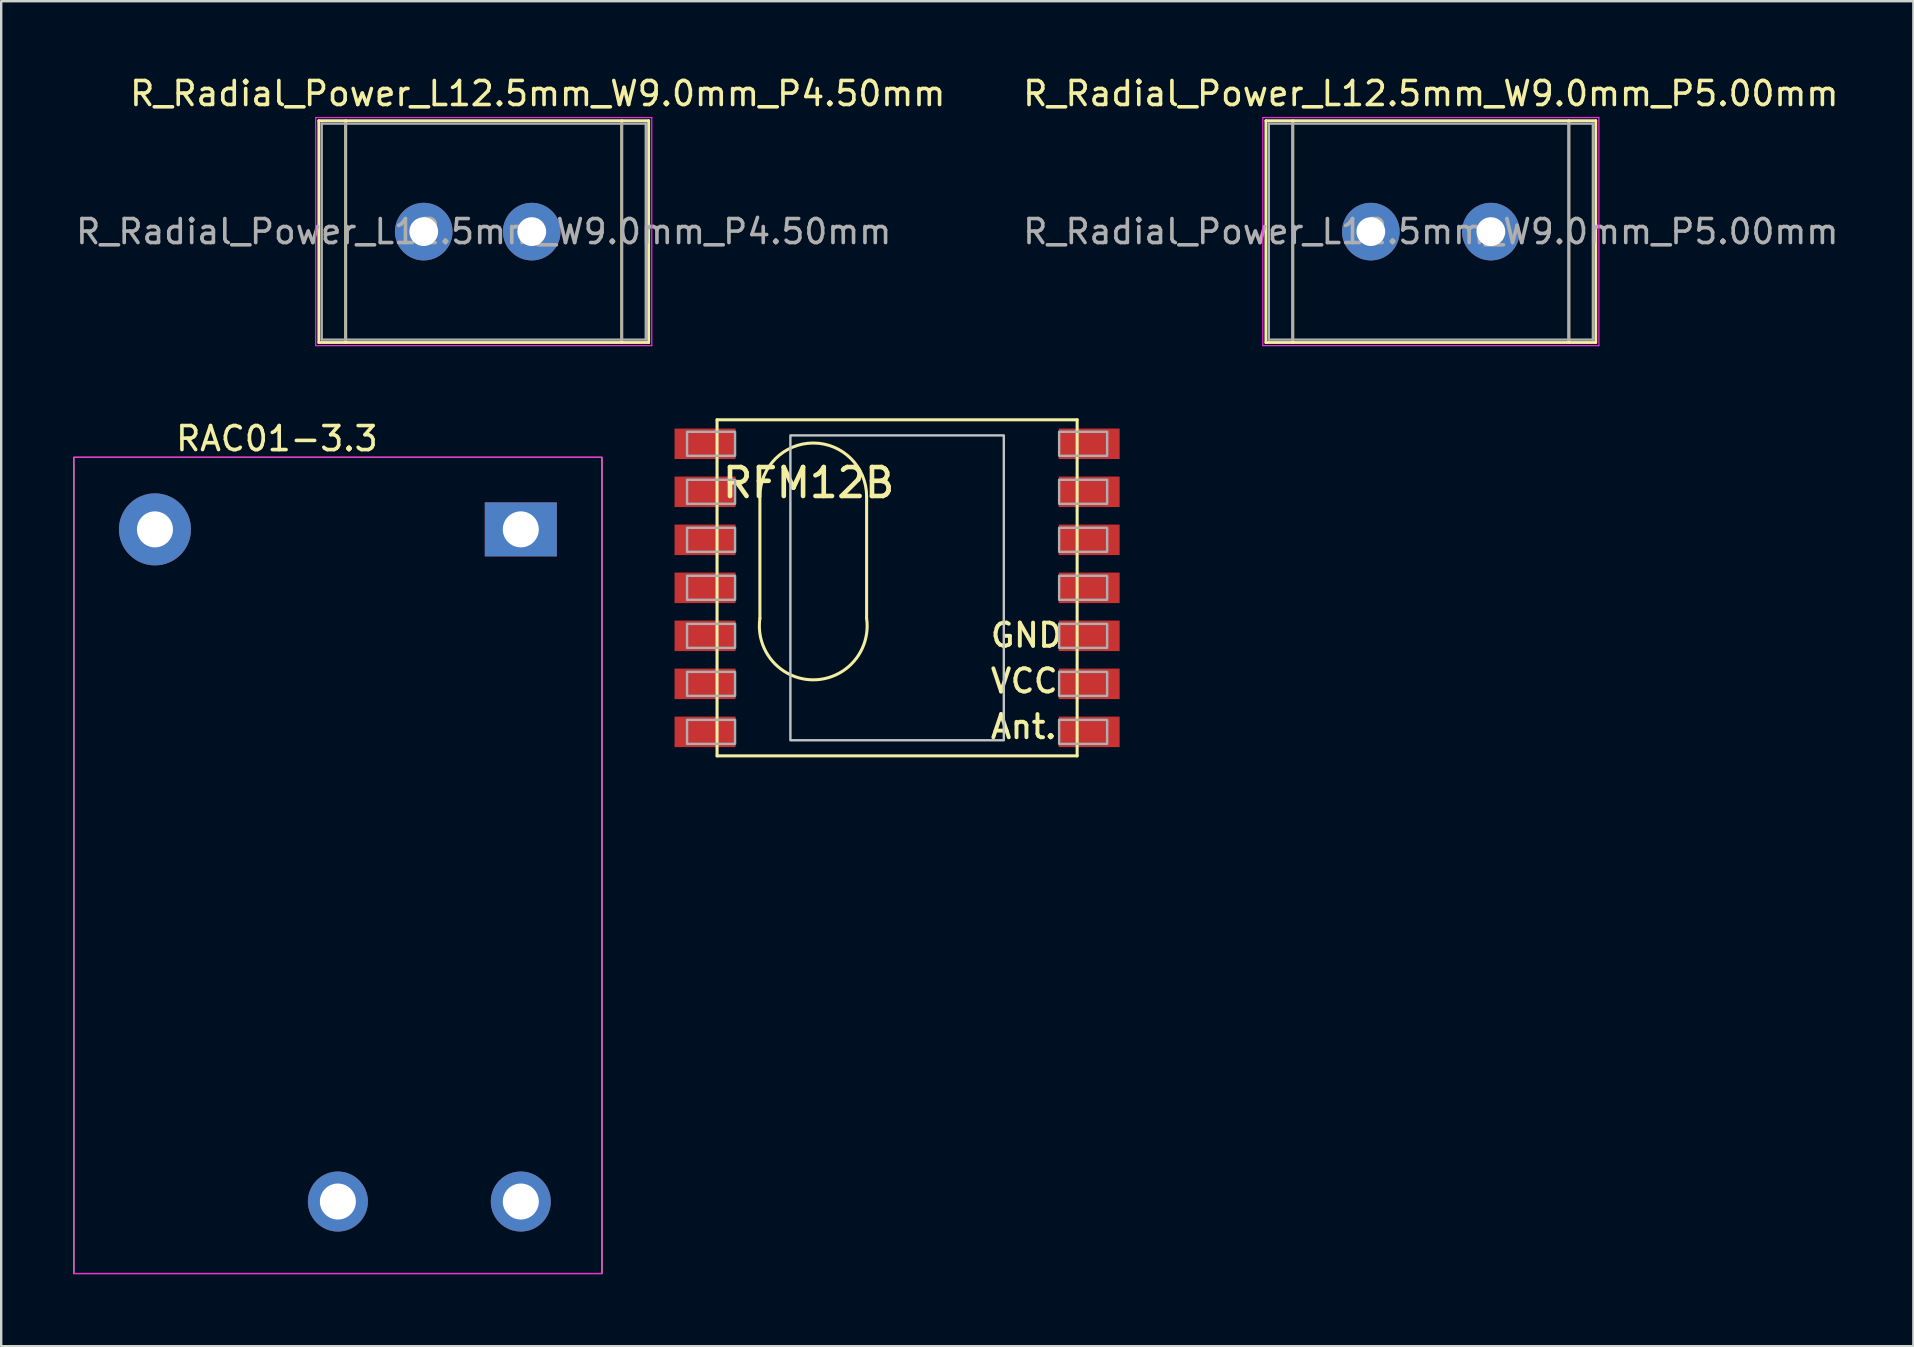
<source format=kicad_pcb>
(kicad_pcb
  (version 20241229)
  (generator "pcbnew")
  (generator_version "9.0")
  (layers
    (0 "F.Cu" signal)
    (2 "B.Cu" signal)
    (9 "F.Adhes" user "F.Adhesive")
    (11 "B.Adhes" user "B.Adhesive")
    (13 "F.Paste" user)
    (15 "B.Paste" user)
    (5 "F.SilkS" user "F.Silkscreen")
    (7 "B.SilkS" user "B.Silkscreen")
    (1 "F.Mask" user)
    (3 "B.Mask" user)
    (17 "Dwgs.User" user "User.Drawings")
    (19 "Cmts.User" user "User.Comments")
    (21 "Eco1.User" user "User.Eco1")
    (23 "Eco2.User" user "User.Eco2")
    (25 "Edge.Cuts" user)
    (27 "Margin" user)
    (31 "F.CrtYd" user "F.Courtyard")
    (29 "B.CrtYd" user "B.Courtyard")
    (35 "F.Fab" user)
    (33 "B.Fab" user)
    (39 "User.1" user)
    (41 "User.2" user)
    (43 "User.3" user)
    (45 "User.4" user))
  (footprint "R_Radial_Power_L12.5mm_W9.0mm_P5.00mm"
    (layer "F.Cu")
    (at 54.054 6.598)
    (property "Reference" "R_Radial_Power_L12.5mm_W9.0mm_P5.00mm" (at 2.5 -5.75 0) (layer "F.SilkS") (effects (font (size 1 1) (thickness 0.15))))
    (attr through_hole)
    (fp_line (start -4.37 -4.62) (end -4.37 4.62) (stroke (width 0.12) (type solid)) (layer "F.SilkS"))
    (fp_line (start -4.37 -4.62) (end 9.37 -4.62) (stroke (width 0.12) (type solid)) (layer "F.SilkS"))
    (fp_line (start -4.37 4.62) (end 9.37 4.62) (stroke (width 0.12) (type solid)) (layer "F.SilkS"))
    (fp_line (start -3.25 -4.62) (end -3.25 4.62) (stroke (width 0.12) (type solid)) (layer "F.SilkS"))
    (fp_line (start 8.25 -4.62) (end 8.25 4.62) (stroke (width 0.12) (type solid)) (layer "F.SilkS"))
    (fp_line (start 9.37 -4.62) (end 9.37 4.62) (stroke (width 0.12) (type solid)) (layer "F.SilkS"))
    (fp_line (start -4.5 -4.75) (end -4.5 4.75) (stroke (width 0.05) (type solid)) (layer "F.CrtYd"))
    (fp_line (start -4.5 4.75) (end 9.5 4.75) (stroke (width 0.05) (type solid)) (layer "F.CrtYd"))
    (fp_line (start 9.5 -4.75) (end -4.5 -4.75) (stroke (width 0.05) (type solid)) (layer "F.CrtYd"))
    (fp_line (start 9.5 4.75) (end 9.5 -4.75) (stroke (width 0.05) (type solid)) (layer "F.CrtYd"))
    (fp_line (start -4.25 -4.5) (end -4.25 4.5) (stroke (width 0.1) (type solid)) (layer "F.Fab"))
    (fp_line (start -4.25 4.5) (end 9.25 4.5) (stroke (width 0.1) (type solid)) (layer "F.Fab"))
    (fp_line (start -3.25 -4.5) (end -3.25 4.5) (stroke (width 0.1) (type solid)) (layer "F.Fab"))
    (fp_line (start 8.25 -4.5) (end 8.25 4.5) (stroke (width 0.1) (type solid)) (layer "F.Fab"))
    (fp_line (start 9.25 -4.5) (end -4.25 -4.5) (stroke (width 0.1) (type solid)) (layer "F.Fab"))
    (fp_line (start 9.25 4.5) (end 9.25 -4.5) (stroke (width 0.1) (type solid)) (layer "F.Fab"))
    (fp_text user "${REFERENCE}" (at 2.5 0 0) (layer "F.Fab") (effects (font (size 1 1) (thickness 0.15))))
    (pad "1" thru_hole circle (at 0 0) (size 2.4 2.4) (drill 1.2) (layers "*.Cu" "*.Mask"))
    (pad "2" thru_hole circle (at 5 0) (size 2.4 2.4) (drill 1.2) (layers "*.Cu" "*.Mask")))
  (footprint "RAC01-3.3"
    (layer "F.Cu")
    (at 11.025 33.002)
    (property "Reference" "RAC01-3.3" (at -2.54 -17.78 0) (layer "F.SilkS") (effects (font (size 1.001 1.001) (thickness 0.15))))
    (attr through_hole)
    (fp_rect (start -11 -17) (end 11 17) (stroke (width 0.05) (type default)) (fill no) (layer "F.SilkS"))
    (fp_rect (start -11 -17) (end 11 17) (stroke (width 0.05) (type default)) (fill no) (layer "F.CrtYd"))
    (pad "1" thru_hole rect (at 7.62 -14) (size 3 2.25) (drill 1.5) (layers "*.Cu" "*.Mask"))
    (pad "2" thru_hole circle (at -7.62 -14) (size 3 3) (drill 1.5) (layers "*.Cu" "*.Mask"))
    (pad "3" thru_hole circle (at 7.62 14) (size 2.5 2.5) (drill 1.5) (layers "*.Cu" "*.Mask"))
    (pad "4" thru_hole circle (at 0 14) (size 2.5 2.5) (drill 1.5) (layers "*.Cu" "*.Mask"))
    (zone (net_name "") (layers "F.Cu" "B.Cu") (hatch edge 0.5) (connect_pads) (min_thickness 0.25) (filled_areas_thickness no) (keepout (tracks not_allowed) (vias not_allowed) (pads not_allowed) (copperpour allowed) (footprints allowed)) (placement (enabled no)) (fill) (polygon (pts (xy 5.945 20.302) (xy 18.645 20.302) (xy 18.645 38.082) (xy 5.945 38.082)))))
  (footprint "RFM12B"
    (layer "F.Cu")
    (at 34.32 21.437)
    (property "Reference" "RFM12B" (at 0 -5.08 180) (layer "F.SilkS") (effects (font (size 1.206 1.206) (thickness 0.193)) (justify right top)))
    (attr through_hole)
    (fp_line (start -7.5 -7) (end -7.5 7) (stroke (width 0.127) (type solid)) (layer "F.SilkS"))
    (fp_line (start -7.5 7) (end 7.5 7) (stroke (width 0.127) (type solid)) (layer "F.SilkS"))
    (fp_line (start -5.715 -3.81) (end -5.715 1.27) (stroke (width 0.127) (type solid)) (layer "F.SilkS"))
    (fp_line (start -1.27 -3.81) (end -1.27 1.27) (stroke (width 0.127) (type solid)) (layer "F.SilkS"))
    (fp_line (start 7.5 -7) (end -7.5 -7) (stroke (width 0.127) (type solid)) (layer "F.SilkS"))
    (fp_line (start 7.5 -7) (end 7.5 7) (stroke (width 0.127) (type solid)) (layer "F.SilkS"))
    (fp_arc (start -5.715 -3.81) (mid -3.4925 -6.0325) (end -1.27 -3.81) (stroke (width 0.127) (type solid)) (layer "F.SilkS"))
    (fp_arc (start -1.27 1.27) (mid -3.4925 3.832564) (end -5.715 1.27) (stroke (width 0.127) (type solid)) (layer "F.SilkS"))
    (fp_poly (pts (xy -4.445 6.35) (xy 4.445 6.35) (xy 4.445 -6.35) (xy -4.445 -6.35)) (stroke (width 0.1) (type solid)) (fill no) (layer "Dwgs.User"))
    (fp_poly (pts (xy -8.75 -5.5) (xy -6.75 -5.5) (xy -6.75 -6.5) (xy -8.75 -6.5)) (stroke (width 0.1) (type solid)) (fill no) (layer "F.Fab"))
    (fp_poly (pts (xy -8.75 -3.5) (xy -6.75 -3.5) (xy -6.75 -4.5) (xy -8.75 -4.5)) (stroke (width 0.1) (type solid)) (fill no) (layer "F.Fab"))
    (fp_poly (pts (xy -8.75 -1.5) (xy -6.75 -1.5) (xy -6.75 -2.5) (xy -8.75 -2.5)) (stroke (width 0.1) (type solid)) (fill no) (layer "F.Fab"))
    (fp_poly (pts (xy -8.75 0.5) (xy -6.75 0.5) (xy -6.75 -0.5) (xy -8.75 -0.5)) (stroke (width 0.1) (type solid)) (fill no) (layer "F.Fab"))
    (fp_poly (pts (xy -8.75 2.5) (xy -6.75 2.5) (xy -6.75 1.5) (xy -8.75 1.5)) (stroke (width 0.1) (type solid)) (fill no) (layer "F.Fab"))
    (fp_poly (pts (xy -8.75 4.5) (xy -6.75 4.5) (xy -6.75 3.5) (xy -8.75 3.5)) (stroke (width 0.1) (type solid)) (fill no) (layer "F.Fab"))
    (fp_poly (pts (xy -8.75 6.5) (xy -6.75 6.5) (xy -6.75 5.5) (xy -8.75 5.5)) (stroke (width 0.1) (type solid)) (fill no) (layer "F.Fab"))
    (fp_poly (pts (xy 6.75 -5.5) (xy 8.75 -5.5) (xy 8.75 -6.5) (xy 6.75 -6.5)) (stroke (width 0.1) (type solid)) (fill no) (layer "F.Fab"))
    (fp_poly (pts (xy 6.75 -3.5) (xy 8.75 -3.5) (xy 8.75 -4.5) (xy 6.75 -4.5)) (stroke (width 0.1) (type solid)) (fill no) (layer "F.Fab"))
    (fp_poly (pts (xy 6.75 -1.5) (xy 8.75 -1.5) (xy 8.75 -2.5) (xy 6.75 -2.5)) (stroke (width 0.1) (type solid)) (fill no) (layer "F.Fab"))
    (fp_poly (pts (xy 6.75 0.5) (xy 8.75 0.5) (xy 8.75 -0.5) (xy 6.75 -0.5)) (stroke (width 0.1) (type solid)) (fill no) (layer "F.Fab"))
    (fp_poly (pts (xy 6.75 2.5) (xy 8.75 2.5) (xy 8.75 1.5) (xy 6.75 1.5)) (stroke (width 0.1) (type solid)) (fill no) (layer "F.Fab"))
    (fp_poly (pts (xy 6.75 4.5) (xy 8.75 4.5) (xy 8.75 3.5) (xy 6.75 3.5)) (stroke (width 0.1) (type solid)) (fill no) (layer "F.Fab"))
    (fp_poly (pts (xy 6.75 6.5) (xy 8.75 6.5) (xy 8.75 5.5) (xy 6.75 5.5)) (stroke (width 0.1) (type solid)) (fill no) (layer "F.Fab"))
    (fp_text user "Ant." (at 3.81 6.35 0) (layer "F.SilkS") (effects (font (size 0.965 0.965) (thickness 0.163)) (justify left bottom)))
    (fp_text user "VCC" (at 3.81 4.445 0) (layer "F.SilkS") (effects (font (size 0.965 0.965) (thickness 0.163)) (justify left bottom)))
    (fp_text user "GND" (at 3.81 2.54 0) (layer "F.SilkS") (effects (font (size 0.965 0.965) (thickness 0.163)) (justify left bottom)))
    (pad "ANT" smd rect (at 8 6) (size 2.54 1.27) (layers "F.Cu" "F.Mask" "F.Paste"))
    (pad "FFS" smd rect (at -8 -2) (size 2.54 1.27) (layers "F.Cu" "F.Mask" "F.Paste"))
    (pad "GND" smd rect (at 8 2) (size 2.54 1.27) (layers "F.Cu" "F.Mask" "F.Paste"))
    (pad "IRQ" smd rect (at -8 -4) (size 2.54 1.27) (layers "F.Cu" "F.Mask" "F.Paste"))
    (pad "P$8" smd rect (at -8 0) (size 2.54 1.27) (layers "F.Cu" "F.Mask" "F.Paste"))
    (pad "P$9" smd rect (at -8 2) (size 2.54 1.27) (layers "F.Cu" "F.Mask" "F.Paste"))
    (pad "P$10" smd rect (at -8 4) (size 2.54 1.27) (layers "F.Cu" "F.Mask" "F.Paste"))
    (pad "P$12" smd rect (at -8 6) (size 2.54 1.27) (layers "F.Cu" "F.Mask" "F.Paste"))
    (pad "P$16" smd rect (at 8 0) (size 2.54 1.27) (layers "F.Cu" "F.Mask" "F.Paste"))
    (pad "SCK" smd rect (at 8 -4) (size 2.54 1.27) (layers "F.Cu" "F.Mask" "F.Paste"))
    (pad "SDI" smd rect (at 8 -2) (size 2.54 1.27) (layers "F.Cu" "F.Mask" "F.Paste"))
    (pad "SDO" smd rect (at -8 -6) (size 2.54 1.27) (layers "F.Cu" "F.Mask" "F.Paste"))
    (pad "SEL" smd rect (at 8 -6) (size 2.54 1.27) (layers "F.Cu" "F.Mask" "F.Paste"))
    (pad "VDD" smd rect (at 8 4) (size 2.54 1.27) (layers "F.Cu" "F.Mask" "F.Paste")))
  (footprint "R_Radial_Power_L12.5mm_W9.0mm_P4.50mm"
    (layer "F.Cu")
    (at 16.851 6.598)
    (property "Reference" "R_Radial_Power_L12.5mm_W9.0mm_P4.50mm" (at 2.5 -5.75 0) (layer "F.SilkS") (effects (font (size 1 1) (thickness 0.15))))
    (attr through_hole)
    (fp_line (start -6.62 -4.62) (end -6.62 4.62) (stroke (width 0.12) (type solid)) (layer "F.SilkS"))
    (fp_line (start -6.62 -4.62) (end 7.12 -4.62) (stroke (width 0.12) (type solid)) (layer "F.SilkS"))
    (fp_line (start -6.62 4.62) (end 7.12 4.62) (stroke (width 0.12) (type solid)) (layer "F.SilkS"))
    (fp_line (start -5.5 -4.62) (end -5.5 4.62) (stroke (width 0.12) (type solid)) (layer "F.SilkS"))
    (fp_line (start 6 -4.62) (end 6 4.62) (stroke (width 0.12) (type solid)) (layer "F.SilkS"))
    (fp_line (start 7.12 -4.62) (end 7.12 4.62) (stroke (width 0.12) (type solid)) (layer "F.SilkS"))
    (fp_line (start -6.75 -4.75) (end -6.75 4.75) (stroke (width 0.05) (type solid)) (layer "F.CrtYd"))
    (fp_line (start -6.75 4.75) (end 7.25 4.75) (stroke (width 0.05) (type solid)) (layer "F.CrtYd"))
    (fp_line (start 7.25 -4.75) (end -6.75 -4.75) (stroke (width 0.05) (type solid)) (layer "F.CrtYd"))
    (fp_line (start 7.25 4.75) (end 7.25 -4.75) (stroke (width 0.05) (type solid)) (layer "F.CrtYd"))
    (fp_line (start -6.5 -4.5) (end -6.5 4.5) (stroke (width 0.1) (type solid)) (layer "F.Fab"))
    (fp_line (start -6.5 4.5) (end 7 4.5) (stroke (width 0.1) (type solid)) (layer "F.Fab"))
    (fp_line (start -5.5 -4.5) (end -5.5 4.5) (stroke (width 0.1) (type solid)) (layer "F.Fab"))
    (fp_line (start 6 -4.5) (end 6 4.5) (stroke (width 0.1) (type solid)) (layer "F.Fab"))
    (fp_line (start 7 -4.5) (end -6.5 -4.5) (stroke (width 0.1) (type solid)) (layer "F.Fab"))
    (fp_line (start 7 4.5) (end 7 -4.5) (stroke (width 0.1) (type solid)) (layer "F.Fab"))
    (fp_text user "${REFERENCE}" (at 0.25 0 0) (layer "F.Fab") (effects (font (size 1 1) (thickness 0.15))))
    (pad "1" thru_hole circle (at -2.25 0) (size 2.4 2.4) (drill 1.2) (layers "*.Cu" "*.Mask"))
    (pad "2" thru_hole circle (at 2.25 0) (size 2.4 2.4) (drill 1.2) (layers "*.Cu" "*.Mask")))
  (gr_rect
    (start -3 -3)
    (end 76.655 53.027)
    (stroke (width 0.1) (type default))
    (fill no)
    (layer "Edge.Cuts")))
</source>
